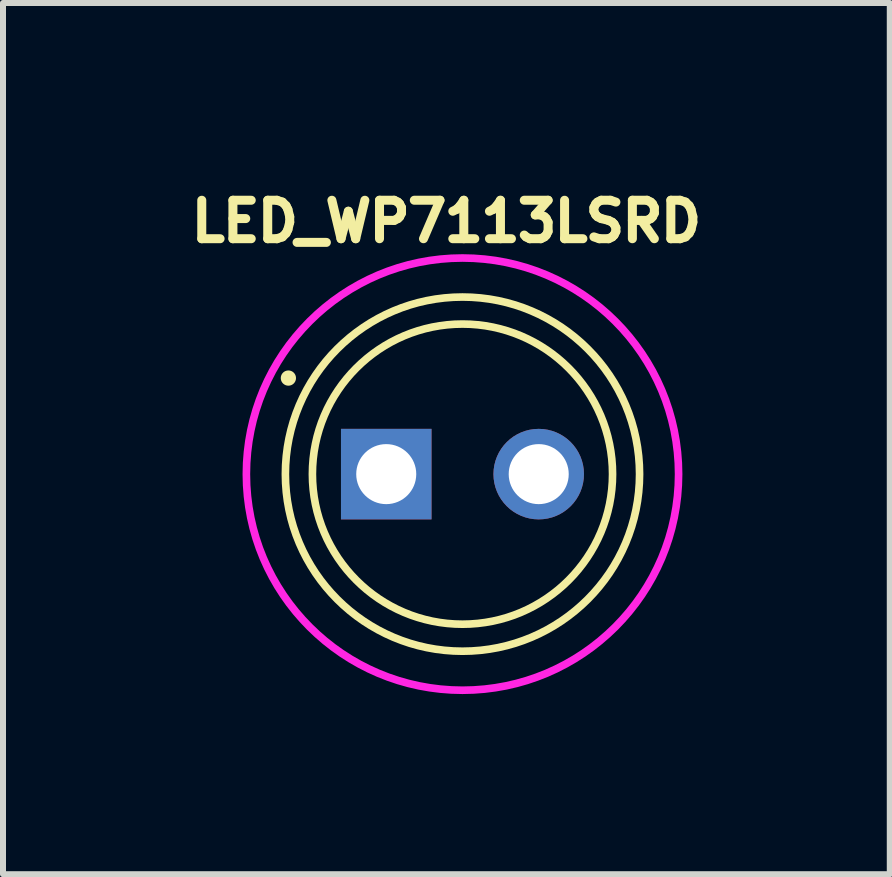
<source format=kicad_pcb>
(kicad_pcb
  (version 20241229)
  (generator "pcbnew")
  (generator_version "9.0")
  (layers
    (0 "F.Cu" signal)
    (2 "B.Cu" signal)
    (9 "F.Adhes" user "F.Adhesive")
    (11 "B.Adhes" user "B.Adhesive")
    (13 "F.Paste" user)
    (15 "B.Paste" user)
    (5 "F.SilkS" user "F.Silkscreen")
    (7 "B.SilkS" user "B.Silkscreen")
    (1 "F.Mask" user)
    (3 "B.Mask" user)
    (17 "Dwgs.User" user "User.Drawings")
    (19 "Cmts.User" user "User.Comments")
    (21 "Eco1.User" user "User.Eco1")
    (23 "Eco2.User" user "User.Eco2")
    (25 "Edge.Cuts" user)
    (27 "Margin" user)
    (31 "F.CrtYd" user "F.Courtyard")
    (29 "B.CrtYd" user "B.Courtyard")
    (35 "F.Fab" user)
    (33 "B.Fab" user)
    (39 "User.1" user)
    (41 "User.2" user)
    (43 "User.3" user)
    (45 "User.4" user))
  (footprint "LED_WP7113LSRD"
    (layer "F.Cu")
    (at 4.654 4.848)
    (property "Reference" "LED_WP7113LSRD" (at -0.268 -4.21 0) (layer "F.SilkS") (effects (font (size 0.641 0.641) (thickness 0.15))))
    (attr through_hole)
    (fp_circle (center -2.9 -1.6) (end -2.773 -1.6) (stroke (width 0) (type solid)) (fill yes) (layer "F.SilkS"))
    (fp_circle (center 0 0) (end 2.5 0) (stroke (width 0.127) (type solid)) (fill no) (layer "F.SilkS"))
    (fp_circle (center 0 0) (end 2.95 0) (stroke (width 0.127) (type solid)) (fill no) (layer "F.SilkS"))
    (fp_circle (center 0 0) (end 3.6 0) (stroke (width 0.127) (type solid)) (fill no) (layer "F.CrtYd"))
    (pad "A" thru_hole circle (at 1.27 0) (size 1.508 1.508) (drill 1) (layers "*.Cu" "*.Mask"))
    (pad "C" thru_hole rect (at -1.27 0) (size 1.508 1.508) (drill 1) (layers "*.Cu" "*.Mask")))
  (gr_rect
    (start -3 -3)
    (end 11.772 11.512)
    (stroke (width 0.1) (type default))
    (fill no)
    (layer "Edge.Cuts")))
</source>
